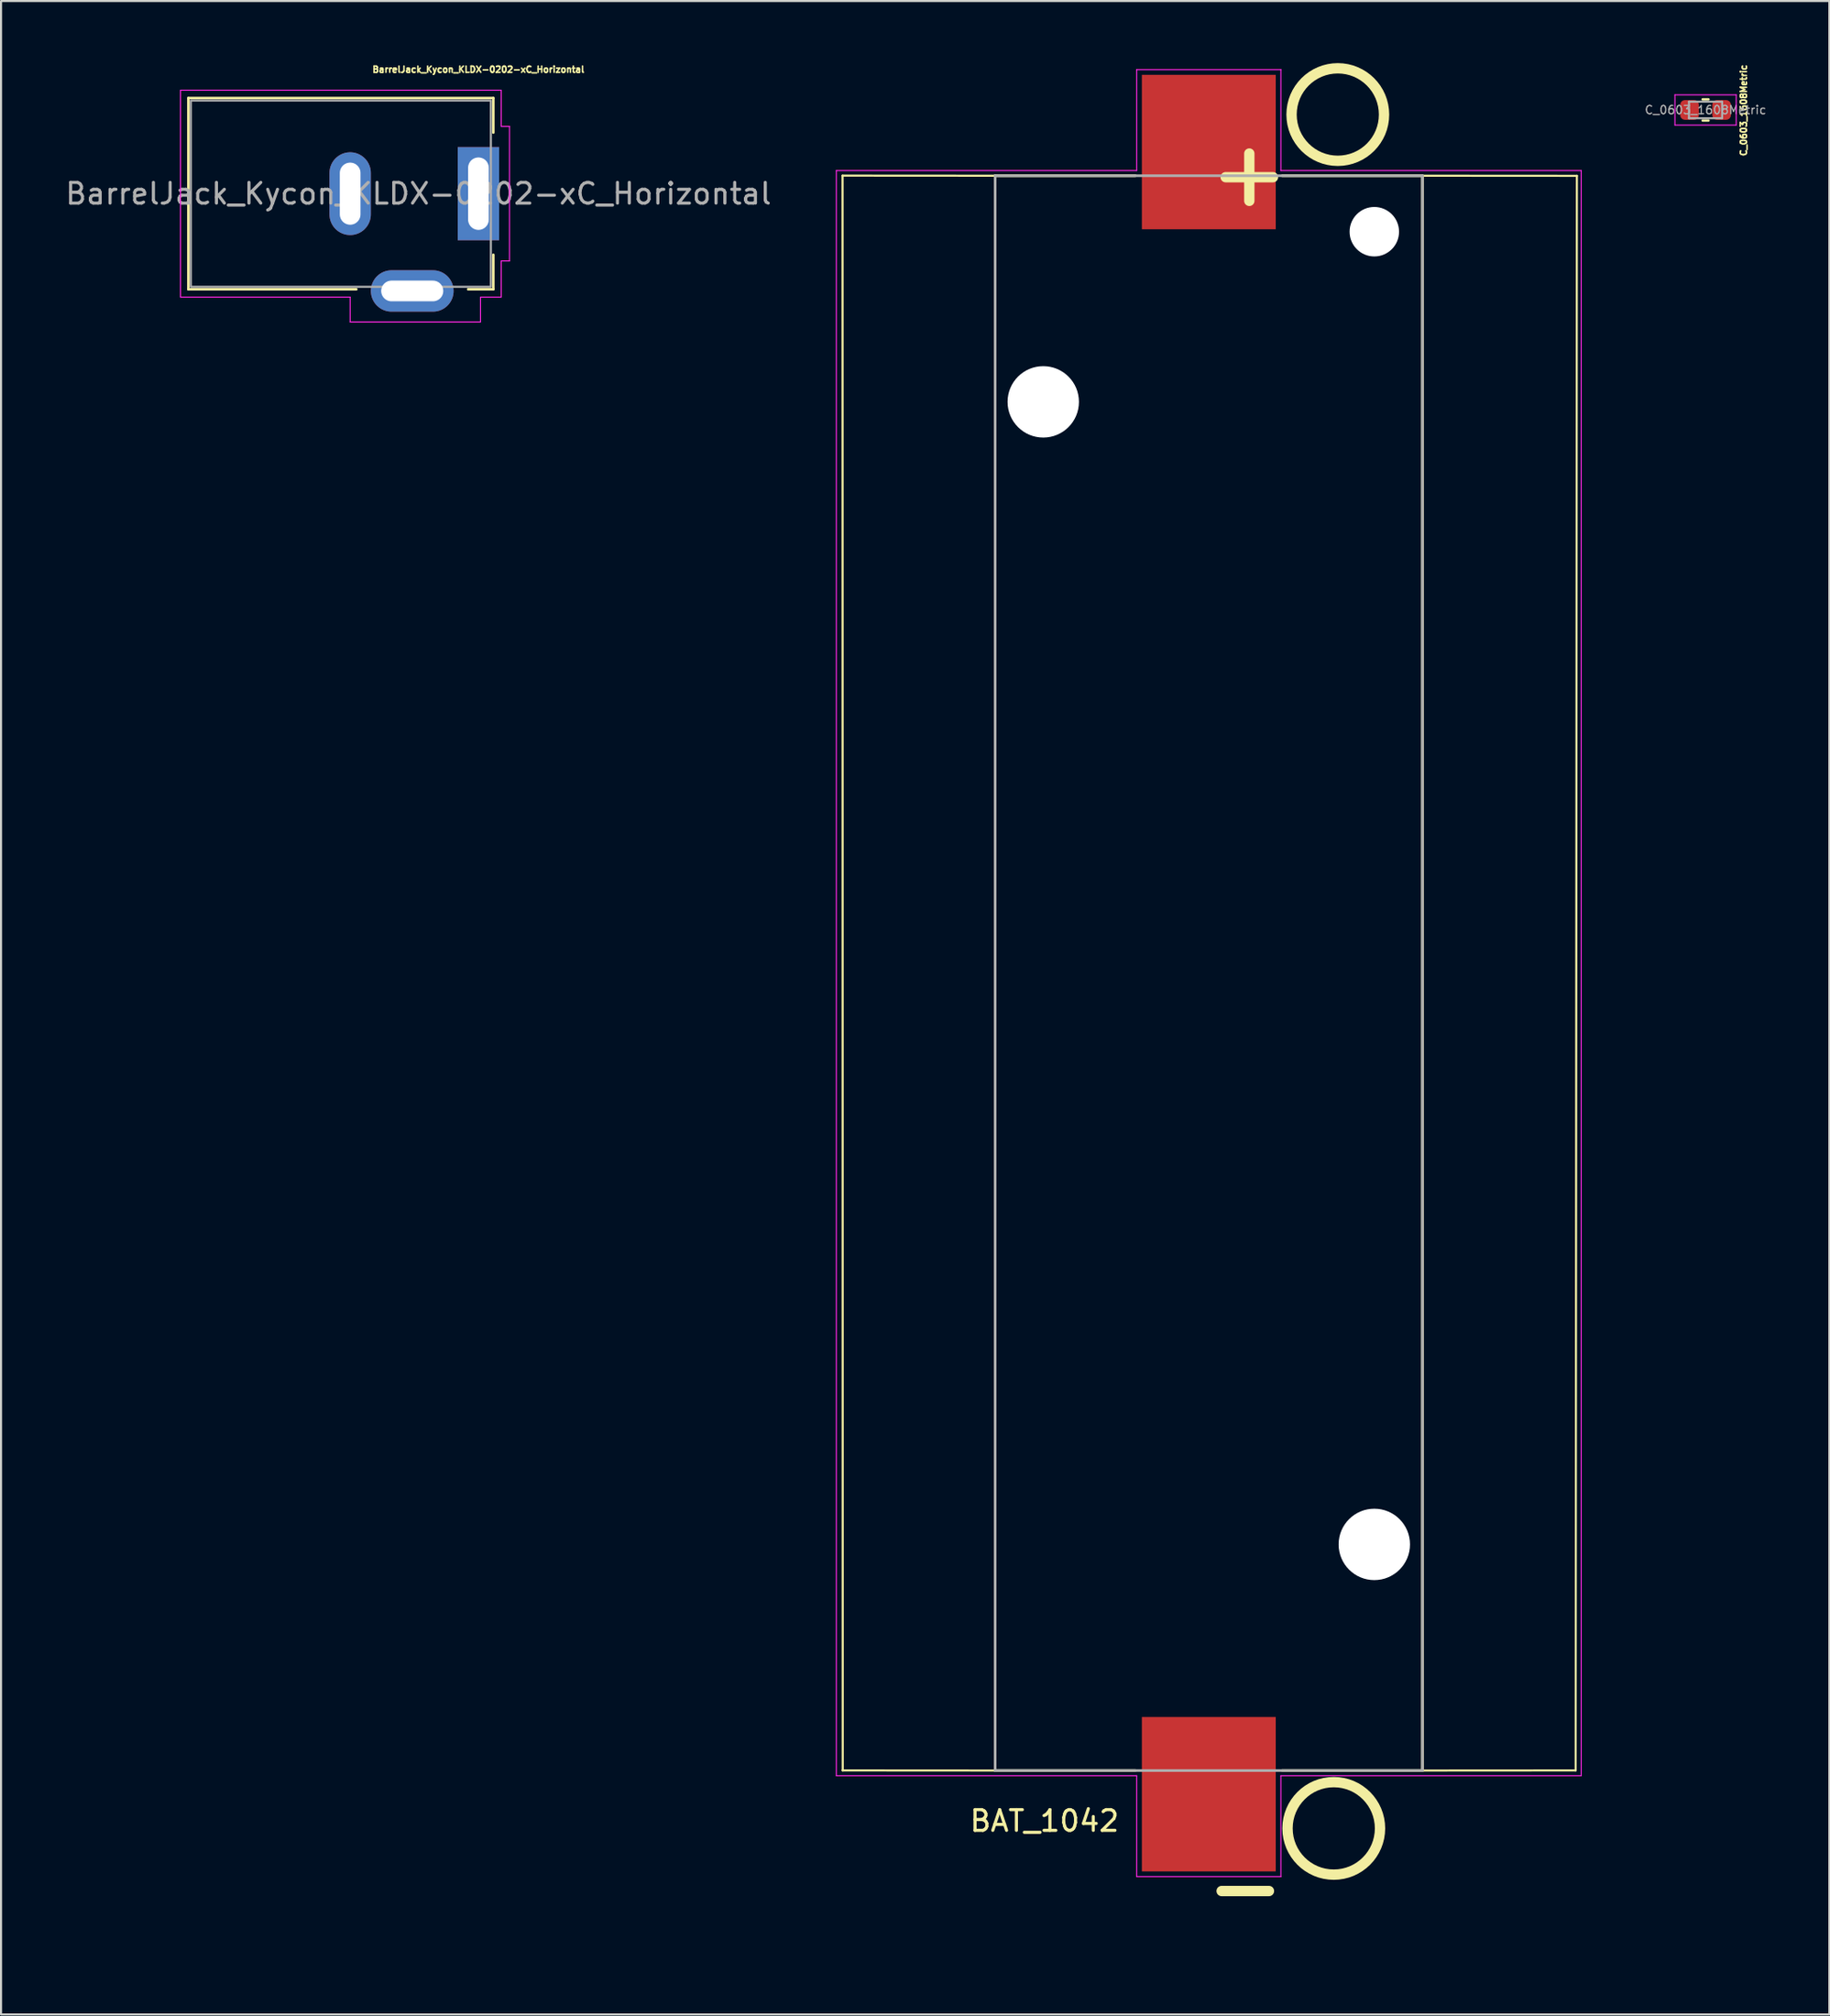
<source format=kicad_pcb>
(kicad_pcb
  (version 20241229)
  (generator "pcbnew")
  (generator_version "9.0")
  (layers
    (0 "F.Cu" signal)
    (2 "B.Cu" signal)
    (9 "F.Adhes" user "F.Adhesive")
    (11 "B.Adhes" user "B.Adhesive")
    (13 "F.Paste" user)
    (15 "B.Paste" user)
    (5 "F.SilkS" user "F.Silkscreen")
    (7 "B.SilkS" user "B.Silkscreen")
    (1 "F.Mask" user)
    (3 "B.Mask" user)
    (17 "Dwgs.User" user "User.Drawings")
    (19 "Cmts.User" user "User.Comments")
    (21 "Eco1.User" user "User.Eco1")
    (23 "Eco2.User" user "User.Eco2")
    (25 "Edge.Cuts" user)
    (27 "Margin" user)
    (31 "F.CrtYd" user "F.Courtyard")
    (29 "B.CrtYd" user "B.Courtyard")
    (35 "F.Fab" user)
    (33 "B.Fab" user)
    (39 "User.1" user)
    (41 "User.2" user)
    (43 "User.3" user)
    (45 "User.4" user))
  (footprint "C_0603_1608Metric"
    (layer "F.Cu")
    (at 79.379 2.262)
    (property "Reference" "C_0603_1608Metric" (at 1.84 0.02 270) (layer "F.SilkS") (effects (font (size 0.3 0.3) (thickness 0.15))))
    (attr smd)
    (fp_line (start -0.141 -0.51) (end 0.141 -0.51) (stroke (width 0.12) (type solid)) (layer "F.SilkS"))
    (fp_line (start -0.141 0.51) (end 0.141 0.51) (stroke (width 0.12) (type solid)) (layer "F.SilkS"))
    (fp_line (start -1.48 -0.73) (end 1.48 -0.73) (stroke (width 0.05) (type solid)) (layer "F.CrtYd"))
    (fp_line (start -1.48 0.73) (end -1.48 -0.73) (stroke (width 0.05) (type solid)) (layer "F.CrtYd"))
    (fp_line (start 1.48 -0.73) (end 1.48 0.73) (stroke (width 0.05) (type solid)) (layer "F.CrtYd"))
    (fp_line (start 1.48 0.73) (end -1.48 0.73) (stroke (width 0.05) (type solid)) (layer "F.CrtYd"))
    (fp_line (start -0.8 -0.4) (end 0.8 -0.4) (stroke (width 0.1) (type solid)) (layer "F.Fab"))
    (fp_line (start -0.8 0.4) (end -0.8 -0.4) (stroke (width 0.1) (type solid)) (layer "F.Fab"))
    (fp_line (start 0.8 -0.4) (end 0.8 0.4) (stroke (width 0.1) (type solid)) (layer "F.Fab"))
    (fp_line (start 0.8 0.4) (end -0.8 0.4) (stroke (width 0.1) (type solid)) (layer "F.Fab"))
    (fp_text user "${REFERENCE}" (at 0 0 180) (layer "F.Fab") (effects (font (size 0.4 0.4) (thickness 0.06))))
    (pad "1" smd roundrect (at -0.775 0) (size 0.9 0.95) (layers "F.Cu" "F.Mask" "F.Paste") (roundrect_rratio 0.25))
    (pad "2" smd roundrect (at 0.775 0) (size 0.9 0.95) (layers "F.Cu" "F.Mask" "F.Paste") (roundrect_rratio 0.25)))
  (footprint "BAT_1042"
    (layer "F.Cu")
    (at 55.37 43.965)
    (property "Reference" "BAT_1042" (at -7.94 40.96 180) (layer "F.SilkS") (effects (font (size 1 1) (thickness 0.15))))
    (attr through_hole)
    (fp_line (start -17.7 -38.53) (end -10.325 -38.525) (stroke (width 0.1) (type default)) (layer "F.SilkS"))
    (fp_line (start -17.691 38.52) (end -17.7 -38.53) (stroke (width 0.1) (type default)) (layer "F.SilkS"))
    (fp_line (start -10.325 -38.525) (end -3.55 -38.525) (stroke (width 0.127) (type solid)) (layer "F.SilkS"))
    (fp_line (start -10.325 38.525) (end -17.7 38.52) (stroke (width 0.1) (type default)) (layer "F.SilkS"))
    (fp_line (start -10.325 38.525) (end -10.325 -38.525) (stroke (width 0.127) (type solid)) (layer "F.SilkS"))
    (fp_line (start -3.55 38.525) (end -10.325 38.525) (stroke (width 0.127) (type solid)) (layer "F.SilkS"))
    (fp_line (start 3.55 -38.525) (end 10.325 -38.525) (stroke (width 0.127) (type solid)) (layer "F.SilkS"))
    (fp_line (start 10.325 -38.525) (end 10.325 38.525) (stroke (width 0.127) (type solid)) (layer "F.SilkS"))
    (fp_line (start 10.325 38.525) (end 3.55 38.525) (stroke (width 0.127) (type solid)) (layer "F.SilkS"))
    (fp_line (start 10.325 38.525) (end 17.73 38.52) (stroke (width 0.1) (type default)) (layer "F.SilkS"))
    (fp_line (start 17.73 38.52) (end 17.79 -38.52) (stroke (width 0.1) (type default)) (layer "F.SilkS"))
    (fp_line (start 17.79 -38.52) (end 10.325 -38.525) (stroke (width 0.1) (type default)) (layer "F.SilkS"))
    (fp_circle (center 6.04 41.32) (end 8.275 41.32) (stroke (width 0.5) (type default)) (fill no) (layer "F.SilkS"))
    (fp_circle (center 6.235 -41.48) (end 8.47 -41.48) (stroke (width 0.5) (type default)) (fill no) (layer "F.SilkS"))
    (fp_line (start -18 -38.775) (end -3.485 -38.775) (stroke (width 0.05) (type solid)) (layer "F.CrtYd"))
    (fp_line (start -18 38.775) (end -18 -38.775) (stroke (width 0.05) (type solid)) (layer "F.CrtYd"))
    (fp_line (start -3.485 -43.65) (end 3.485 -43.65) (stroke (width 0.05) (type solid)) (layer "F.CrtYd"))
    (fp_line (start -3.485 -38.775) (end -3.485 -43.65) (stroke (width 0.05) (type solid)) (layer "F.CrtYd"))
    (fp_line (start -3.485 38.775) (end -18 38.775) (stroke (width 0.05) (type solid)) (layer "F.CrtYd"))
    (fp_line (start -3.485 43.65) (end -3.485 38.775) (stroke (width 0.05) (type solid)) (layer "F.CrtYd"))
    (fp_line (start 3.485 -43.65) (end 3.485 -38.775) (stroke (width 0.05) (type solid)) (layer "F.CrtYd"))
    (fp_line (start 3.485 -38.775) (end 18 -38.775) (stroke (width 0.05) (type solid)) (layer "F.CrtYd"))
    (fp_line (start 3.485 38.775) (end 3.485 43.65) (stroke (width 0.05) (type solid)) (layer "F.CrtYd"))
    (fp_line (start 3.485 43.65) (end -3.485 43.65) (stroke (width 0.05) (type solid)) (layer "F.CrtYd"))
    (fp_line (start 18 -38.775) (end 18 38.775) (stroke (width 0.05) (type solid)) (layer "F.CrtYd"))
    (fp_line (start 18 38.775) (end 3.485 38.775) (stroke (width 0.05) (type solid)) (layer "F.CrtYd"))
    (fp_line (start -10.325 -38.525) (end 10.325 -38.525) (stroke (width 0.127) (type solid)) (layer "F.Fab"))
    (fp_line (start -10.325 38.525) (end -10.325 -38.525) (stroke (width 0.127) (type solid)) (layer "F.Fab"))
    (fp_line (start 10.325 -38.525) (end 10.325 38.525) (stroke (width 0.127) (type solid)) (layer "F.Fab"))
    (fp_line (start 10.325 38.525) (end -10.325 38.525) (stroke (width 0.127) (type solid)) (layer "F.Fab"))
    (fp_text user "+" (at 4.145 -39.99 180) (unlocked yes) (layer "F.SilkS") (effects (font (size 3 3) (thickness 0.5) (bold yes)) (justify left bottom)))
    (fp_text user "-" (at 3.95 42.81 180) (unlocked yes) (layer "F.SilkS") (effects (font (size 3 3) (thickness 0.5) (bold yes)) (justify left bottom)))
    (pad "" np_thru_hole circle (at -8 -27.6 270) (size 3.45 3.45) (drill 3.45) (layers "*.Cu" "*.Mask"))
    (pad "" np_thru_hole circle (at 8 -35.82 270) (size 2.39 2.39) (drill 2.39) (layers "*.Cu" "*.Mask"))
    (pad "" np_thru_hole circle (at 8 27.6 270) (size 3.45 3.45) (drill 3.45) (layers "*.Cu" "*.Mask"))
    (pad "1" smd rect (at 0 -39.67 270) (size 7.46 6.47) (layers "F.Cu" "F.Mask" "F.Paste"))
    (pad "2" smd rect (at 0 39.67 270) (size 7.46 6.47) (layers "F.Cu" "F.Mask" "F.Paste")))
  (footprint "BarrelJack_Kycon_KLDX-0202-xC_Horizontal"
    (layer "F.Cu")
    (at 20.073 6.307)
    (property "Reference" "BarrelJack_Kycon_KLDX-0202-xC_Horizontal" (at 0 -6 0) (unlocked yes) (layer "F.SilkS") (effects (font (size 0.3 0.3) (thickness 0.075))))
    (attr through_hole)
    (fp_line (start -14.02 -4.62) (end -14.02 4.62) (stroke (width 0.12) (type solid)) (layer "F.SilkS"))
    (fp_line (start -14.02 4.62) (end -5.9 4.62) (stroke (width 0.12) (type solid)) (layer "F.SilkS"))
    (fp_line (start -0.5 4.62) (end 0.72 4.62) (stroke (width 0.12) (type solid)) (layer "F.SilkS"))
    (fp_line (start 0.72 -4.62) (end -14.02 -4.62) (stroke (width 0.12) (type solid)) (layer "F.SilkS"))
    (fp_line (start 0.72 -2.95) (end 0.72 -4.62) (stroke (width 0.12) (type solid)) (layer "F.SilkS"))
    (fp_line (start 0.72 4.62) (end 0.72 2.95) (stroke (width 0.12) (type solid)) (layer "F.SilkS"))
    (fp_line (start -14.4 -5) (end 1.1 -5) (stroke (width 0.05) (type solid)) (layer "F.CrtYd"))
    (fp_line (start -14.4 5) (end -14.4 -5) (stroke (width 0.05) (type solid)) (layer "F.CrtYd"))
    (fp_line (start -6.2 5) (end -14.4 5) (stroke (width 0.05) (type solid)) (layer "F.CrtYd"))
    (fp_line (start -6.2 6.2) (end -6.2 5) (stroke (width 0.05) (type solid)) (layer "F.CrtYd"))
    (fp_line (start 0.1 5) (end 0.1 6.2) (stroke (width 0.05) (type solid)) (layer "F.CrtYd"))
    (fp_line (start 0.1 6.2) (end -6.2 6.2) (stroke (width 0.05) (type solid)) (layer "F.CrtYd"))
    (fp_line (start 1.1 -5) (end 1.1 -3.25) (stroke (width 0.05) (type solid)) (layer "F.CrtYd"))
    (fp_line (start 1.1 -3.25) (end 1.5 -3.25) (stroke (width 0.05) (type solid)) (layer "F.CrtYd"))
    (fp_line (start 1.1 3.25) (end 1.1 5) (stroke (width 0.05) (type solid)) (layer "F.CrtYd"))
    (fp_line (start 1.1 5) (end 0.1 5) (stroke (width 0.05) (type solid)) (layer "F.CrtYd"))
    (fp_line (start 1.5 -3.25) (end 1.5 3.25) (stroke (width 0.05) (type solid)) (layer "F.CrtYd"))
    (fp_line (start 1.5 3.25) (end 1.1 3.25) (stroke (width 0.05) (type solid)) (layer "F.CrtYd"))
    (fp_rect (start -13.9 -4.5) (end 0.6 4.5) (stroke (width 0.1) (type solid)) (fill no) (layer "F.Fab"))
    (fp_text user "${REFERENCE}" (at -2.9 0 0) (unlocked yes) (layer "F.Fab") (effects (font (size 1 1) (thickness 0.15))))
    (pad "1" thru_hole rect (at 0 0) (size 2 4.5) (drill oval 1 3.5) (layers "*.Cu" "*.Mask"))
    (pad "2" thru_hole oval (at -6.2 0) (size 2 4) (drill oval 1 3) (layers "*.Cu" "*.Mask"))
    (pad "3" thru_hole oval (at -3.2 4.7 90) (size 2 4) (drill oval 1 3) (layers "*.Cu" "*.Mask")))
  (gr_rect
    (start -3 -3)
    (end 85.362 94.275)
    (stroke (width 0.1) (type default))
    (fill no)
    (layer "Edge.Cuts")))
</source>
